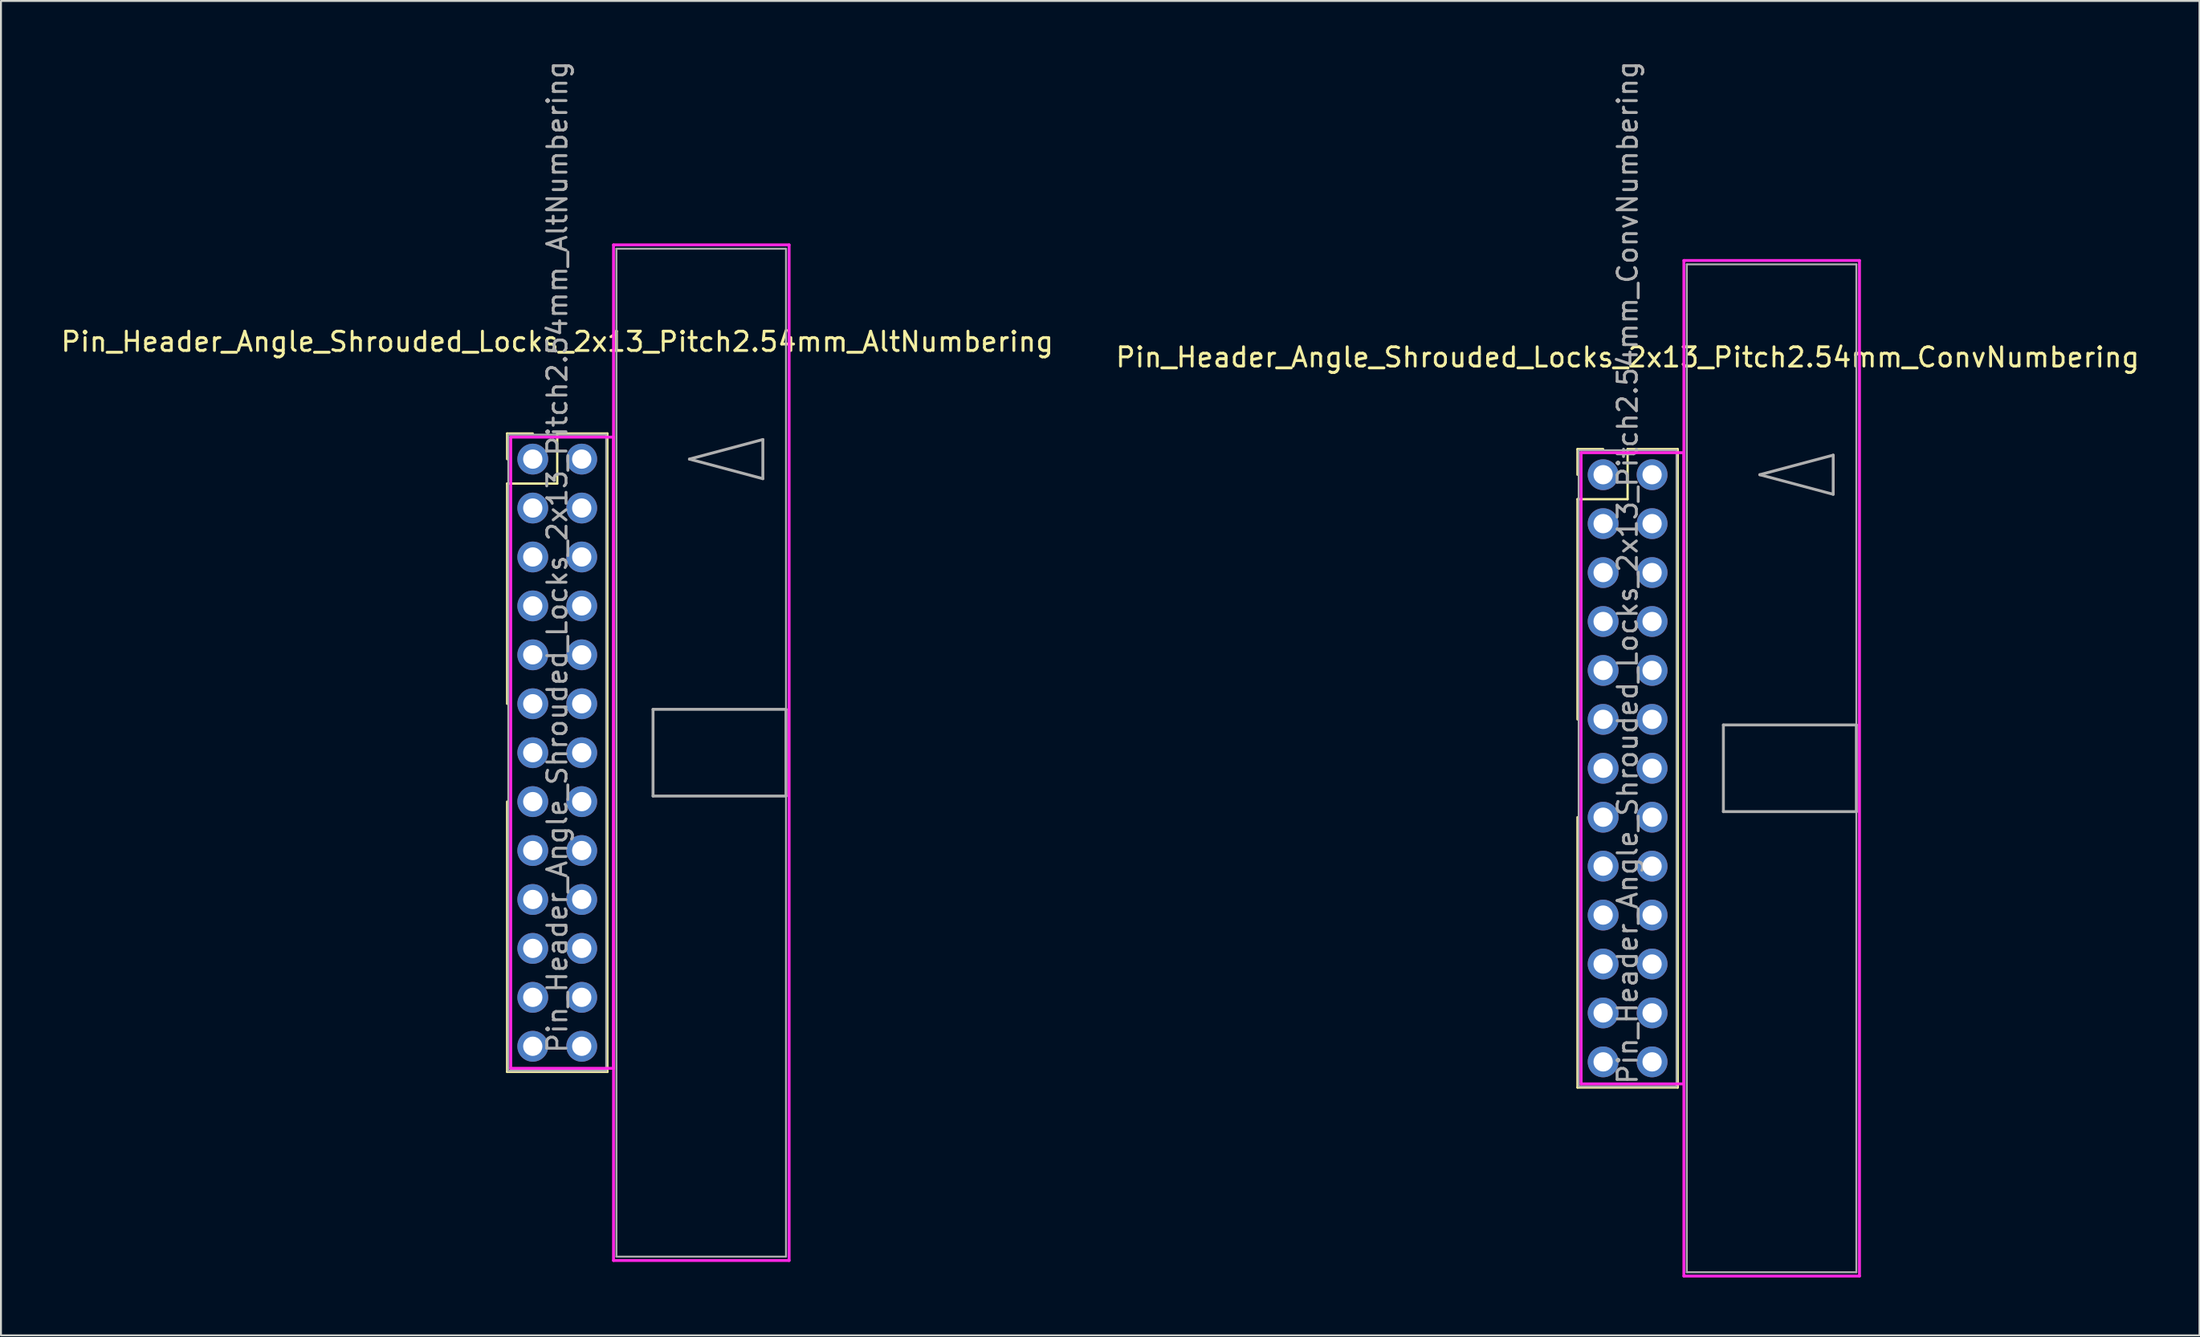
<source format=kicad_pcb>
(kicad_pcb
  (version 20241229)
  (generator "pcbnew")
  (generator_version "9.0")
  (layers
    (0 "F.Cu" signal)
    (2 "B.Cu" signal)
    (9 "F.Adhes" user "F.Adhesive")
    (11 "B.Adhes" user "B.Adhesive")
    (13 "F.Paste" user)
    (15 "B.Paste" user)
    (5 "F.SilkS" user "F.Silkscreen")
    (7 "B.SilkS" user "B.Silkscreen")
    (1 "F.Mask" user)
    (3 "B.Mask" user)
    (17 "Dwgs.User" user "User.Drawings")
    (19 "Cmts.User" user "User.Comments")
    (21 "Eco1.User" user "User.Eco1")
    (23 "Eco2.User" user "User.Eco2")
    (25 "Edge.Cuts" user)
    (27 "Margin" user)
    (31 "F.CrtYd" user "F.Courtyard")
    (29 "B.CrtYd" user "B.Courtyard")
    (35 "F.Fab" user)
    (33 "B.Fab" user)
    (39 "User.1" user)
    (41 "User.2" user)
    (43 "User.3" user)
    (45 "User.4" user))
  (footprint "Pin_Header_Angle_Shrouded_Locks_2x13_Pitch2.54mm_AltNumbering"
    (layer "F.Cu")
    (at 24.593 20.783)
    (property "Reference" "Pin_Header_Angle_Shrouded_Locks_2x13_Pitch2.54mm_AltNumbering" (at 1.27 -6.096 0) (layer "F.SilkS") (effects (font (size 1 1) (thickness 0.15))))
    (attr through_hole)
    (fp_line (start -1.33 -1.33) (end 0 -1.33) (stroke (width 0.12) (type solid)) (layer "F.SilkS"))
    (fp_line (start -1.33 0) (end -1.33 -1.33) (stroke (width 0.12) (type solid)) (layer "F.SilkS"))
    (fp_line (start -1.33 1.27) (end -1.33 12.7) (stroke (width 0.12) (type solid)) (layer "F.SilkS"))
    (fp_line (start -1.33 1.27) (end 1.27 1.27) (stroke (width 0.12) (type solid)) (layer "F.SilkS"))
    (fp_line (start -1.33 17.78) (end -1.33 31.81) (stroke (width 0.12) (type solid)) (layer "F.SilkS"))
    (fp_line (start -1.33 31.81) (end 3.87 31.81) (stroke (width 0.12) (type solid)) (layer "F.SilkS"))
    (fp_line (start 1.27 -1.33) (end 3.87 -1.33) (stroke (width 0.12) (type solid)) (layer "F.SilkS"))
    (fp_line (start 1.27 1.27) (end 1.27 -1.33) (stroke (width 0.12) (type solid)) (layer "F.SilkS"))
    (fp_line (start 3.87 -1.33) (end 3.87 31.81) (stroke (width 0.12) (type solid)) (layer "F.SilkS"))
    (fp_line (start -1.143 -1.143) (end -1.143 31.623) (stroke (width 0.15) (type solid)) (layer "F.CrtYd"))
    (fp_line (start -1.143 31.623) (end 4.19 31.623) (stroke (width 0.15) (type solid)) (layer "F.CrtYd"))
    (fp_line (start 4.19 -11.12) (end 4.19 41.6) (stroke (width 0.15) (type solid)) (layer "F.CrtYd"))
    (fp_line (start 4.19 -1.143) (end -1.143 -1.143) (stroke (width 0.15) (type solid)) (layer "F.CrtYd"))
    (fp_line (start 4.19 31.623) (end 4.19 -1.143) (stroke (width 0.15) (type solid)) (layer "F.CrtYd"))
    (fp_line (start 4.19 41.6) (end 13.3 41.6) (stroke (width 0.15) (type solid)) (layer "F.CrtYd"))
    (fp_line (start 13.3 -11.12) (end 4.19 -11.12) (stroke (width 0.15) (type solid)) (layer "F.CrtYd"))
    (fp_line (start 13.3 41.6) (end 13.3 -11.12) (stroke (width 0.15) (type solid)) (layer "F.CrtYd"))
    (fp_line (start -1.27 -1.27) (end -1.27 31.75) (stroke (width 0.1) (type solid)) (layer "F.Fab"))
    (fp_line (start -1.27 31.75) (end 3.81 31.75) (stroke (width 0.1) (type solid)) (layer "F.Fab"))
    (fp_line (start 3.81 -1.27) (end -1.27 -1.27) (stroke (width 0.1) (type solid)) (layer "F.Fab"))
    (fp_line (start 3.81 31.75) (end 3.81 -1.27) (stroke (width 0.1) (type solid)) (layer "F.Fab"))
    (fp_line (start 4.34 -10.92) (end 4.34 41.4) (stroke (width 0.1) (type solid)) (layer "F.Fab"))
    (fp_line (start 4.34 41.4) (end 13.14 41.4) (stroke (width 0.1) (type solid)) (layer "F.Fab"))
    (fp_line (start 6.24 12.99) (end 6.24 17.49) (stroke (width 0.15) (type solid)) (layer "F.Fab"))
    (fp_line (start 6.24 17.49) (end 13.14 17.49) (stroke (width 0.15) (type solid)) (layer "F.Fab"))
    (fp_line (start 8.128 0) (end 11.938 -1.016) (stroke (width 0.15) (type solid)) (layer "F.Fab"))
    (fp_line (start 11.938 -1.016) (end 11.938 1.016) (stroke (width 0.15) (type solid)) (layer "F.Fab"))
    (fp_line (start 11.938 1.016) (end 8.128 0) (stroke (width 0.15) (type solid)) (layer "F.Fab"))
    (fp_line (start 13.14 -10.92) (end 4.34 -10.92) (stroke (width 0.1) (type solid)) (layer "F.Fab"))
    (fp_line (start 13.14 12.99) (end 6.24 12.99) (stroke (width 0.15) (type solid)) (layer "F.Fab"))
    (fp_line (start 13.14 17.49) (end 13.14 12.99) (stroke (width 0.15) (type solid)) (layer "F.Fab"))
    (fp_line (start 13.14 41.4) (end 13.14 -10.92) (stroke (width 0.1) (type solid)) (layer "F.Fab"))
    (fp_text user "${REFERENCE}" (at 1.27 5.08 90) (layer "F.Fab") (effects (font (size 1 1) (thickness 0.15))))
    (pad "1" thru_hole oval (at 0 0) (size 1.6 1.6) (drill 1) (layers "*.Cu" "*.Mask"))
    (pad "2" thru_hole oval (at 0 2.54) (size 1.6 1.6) (drill 1) (layers "*.Cu" "*.Mask"))
    (pad "3" thru_hole oval (at 0 5.08) (size 1.6 1.6) (drill 1) (layers "*.Cu" "*.Mask"))
    (pad "4" thru_hole oval (at 0 7.62) (size 1.6 1.6) (drill 1) (layers "*.Cu" "*.Mask"))
    (pad "5" thru_hole oval (at 0 10.16) (size 1.6 1.6) (drill 1) (layers "*.Cu" "*.Mask"))
    (pad "6" thru_hole oval (at 0 12.7) (size 1.6 1.6) (drill 1) (layers "*.Cu" "*.Mask"))
    (pad "7" thru_hole oval (at 0 15.24) (size 1.6 1.6) (drill 1) (layers "*.Cu" "*.Mask"))
    (pad "8" thru_hole oval (at 0 17.78) (size 1.6 1.6) (drill 1) (layers "*.Cu" "*.Mask"))
    (pad "9" thru_hole oval (at 0 20.32) (size 1.6 1.6) (drill 1) (layers "*.Cu" "*.Mask"))
    (pad "10" thru_hole oval (at 0 22.86) (size 1.6 1.6) (drill 1) (layers "*.Cu" "*.Mask"))
    (pad "11" thru_hole oval (at 0 25.4) (size 1.6 1.6) (drill 1) (layers "*.Cu" "*.Mask"))
    (pad "12" thru_hole oval (at 0 27.94) (size 1.6 1.6) (drill 1) (layers "*.Cu" "*.Mask"))
    (pad "13" thru_hole oval (at 0 30.48) (size 1.6 1.6) (drill 1) (layers "*.Cu" "*.Mask"))
    (pad "14" thru_hole oval (at 2.54 0) (size 1.6 1.6) (drill 1) (layers "*.Cu" "*.Mask"))
    (pad "15" thru_hole oval (at 2.54 2.54) (size 1.6 1.6) (drill 1) (layers "*.Cu" "*.Mask"))
    (pad "16" thru_hole oval (at 2.54 5.08) (size 1.6 1.6) (drill 1) (layers "*.Cu" "*.Mask"))
    (pad "17" thru_hole oval (at 2.54 7.62) (size 1.6 1.6) (drill 1) (layers "*.Cu" "*.Mask"))
    (pad "18" thru_hole oval (at 2.54 10.16) (size 1.6 1.6) (drill 1) (layers "*.Cu" "*.Mask"))
    (pad "19" thru_hole oval (at 2.54 12.7) (size 1.6 1.6) (drill 1) (layers "*.Cu" "*.Mask"))
    (pad "20" thru_hole oval (at 2.54 15.24) (size 1.6 1.6) (drill 1) (layers "*.Cu" "*.Mask"))
    (pad "21" thru_hole oval (at 2.54 17.78) (size 1.6 1.6) (drill 1) (layers "*.Cu" "*.Mask"))
    (pad "22" thru_hole oval (at 2.54 20.32) (size 1.6 1.6) (drill 1) (layers "*.Cu" "*.Mask"))
    (pad "23" thru_hole oval (at 2.54 22.86) (size 1.6 1.6) (drill 1) (layers "*.Cu" "*.Mask"))
    (pad "24" thru_hole oval (at 2.54 25.4) (size 1.6 1.6) (drill 1) (layers "*.Cu" "*.Mask"))
    (pad "25" thru_hole oval (at 2.54 27.94) (size 1.6 1.6) (drill 1) (layers "*.Cu" "*.Mask"))
    (pad "26" thru_hole oval (at 2.54 30.48) (size 1.6 1.6) (drill 1) (layers "*.Cu" "*.Mask")))
  (footprint "Pin_Header_Angle_Shrouded_Locks_2x13_Pitch2.54mm_ConvNumbering"
    (layer "F.Cu")
    (at 80.129 21.593)
    (property "Reference" "Pin_Header_Angle_Shrouded_Locks_2x13_Pitch2.54mm_ConvNumbering" (at 1.27 -6.096 0) (layer "F.SilkS") (effects (font (size 1 1) (thickness 0.15))))
    (attr through_hole)
    (fp_line (start -1.33 -1.33) (end 0 -1.33) (stroke (width 0.12) (type solid)) (layer "F.SilkS"))
    (fp_line (start -1.33 0) (end -1.33 -1.33) (stroke (width 0.12) (type solid)) (layer "F.SilkS"))
    (fp_line (start -1.33 1.27) (end -1.33 12.7) (stroke (width 0.12) (type solid)) (layer "F.SilkS"))
    (fp_line (start -1.33 1.27) (end 1.27 1.27) (stroke (width 0.12) (type solid)) (layer "F.SilkS"))
    (fp_line (start -1.33 17.78) (end -1.33 31.81) (stroke (width 0.12) (type solid)) (layer "F.SilkS"))
    (fp_line (start -1.33 31.81) (end 3.87 31.81) (stroke (width 0.12) (type solid)) (layer "F.SilkS"))
    (fp_line (start 1.27 -1.33) (end 3.87 -1.33) (stroke (width 0.12) (type solid)) (layer "F.SilkS"))
    (fp_line (start 1.27 1.27) (end 1.27 -1.33) (stroke (width 0.12) (type solid)) (layer "F.SilkS"))
    (fp_line (start 3.87 -1.33) (end 3.87 31.81) (stroke (width 0.12) (type solid)) (layer "F.SilkS"))
    (fp_line (start -1.143 -1.143) (end -1.143 31.623) (stroke (width 0.15) (type solid)) (layer "F.CrtYd"))
    (fp_line (start -1.143 31.623) (end 4.19 31.623) (stroke (width 0.15) (type solid)) (layer "F.CrtYd"))
    (fp_line (start 4.19 -11.12) (end 4.19 41.6) (stroke (width 0.15) (type solid)) (layer "F.CrtYd"))
    (fp_line (start 4.19 -1.143) (end -1.143 -1.143) (stroke (width 0.15) (type solid)) (layer "F.CrtYd"))
    (fp_line (start 4.19 31.623) (end 4.19 -1.143) (stroke (width 0.15) (type solid)) (layer "F.CrtYd"))
    (fp_line (start 4.19 41.6) (end 13.3 41.6) (stroke (width 0.15) (type solid)) (layer "F.CrtYd"))
    (fp_line (start 13.3 -11.12) (end 4.19 -11.12) (stroke (width 0.15) (type solid)) (layer "F.CrtYd"))
    (fp_line (start 13.3 41.6) (end 13.3 -11.12) (stroke (width 0.15) (type solid)) (layer "F.CrtYd"))
    (fp_line (start -1.27 -1.27) (end -1.27 31.75) (stroke (width 0.1) (type solid)) (layer "F.Fab"))
    (fp_line (start -1.27 31.75) (end 3.81 31.75) (stroke (width 0.1) (type solid)) (layer "F.Fab"))
    (fp_line (start 3.81 -1.27) (end -1.27 -1.27) (stroke (width 0.1) (type solid)) (layer "F.Fab"))
    (fp_line (start 3.81 31.75) (end 3.81 -1.27) (stroke (width 0.1) (type solid)) (layer "F.Fab"))
    (fp_line (start 4.34 -10.92) (end 4.34 41.4) (stroke (width 0.1) (type solid)) (layer "F.Fab"))
    (fp_line (start 4.34 41.4) (end 13.14 41.4) (stroke (width 0.1) (type solid)) (layer "F.Fab"))
    (fp_line (start 6.24 12.99) (end 6.24 17.49) (stroke (width 0.15) (type solid)) (layer "F.Fab"))
    (fp_line (start 6.24 17.49) (end 13.14 17.49) (stroke (width 0.15) (type solid)) (layer "F.Fab"))
    (fp_line (start 8.128 0) (end 11.938 -1.016) (stroke (width 0.15) (type solid)) (layer "F.Fab"))
    (fp_line (start 11.938 -1.016) (end 11.938 1.016) (stroke (width 0.15) (type solid)) (layer "F.Fab"))
    (fp_line (start 11.938 1.016) (end 8.128 0) (stroke (width 0.15) (type solid)) (layer "F.Fab"))
    (fp_line (start 13.14 -10.92) (end 4.34 -10.92) (stroke (width 0.1) (type solid)) (layer "F.Fab"))
    (fp_line (start 13.14 12.99) (end 6.24 12.99) (stroke (width 0.15) (type solid)) (layer "F.Fab"))
    (fp_line (start 13.14 17.49) (end 13.14 12.99) (stroke (width 0.15) (type solid)) (layer "F.Fab"))
    (fp_line (start 13.14 41.4) (end 13.14 -10.92) (stroke (width 0.1) (type solid)) (layer "F.Fab"))
    (fp_text user "${REFERENCE}" (at 1.27 5.08 90) (layer "F.Fab") (effects (font (size 1 1) (thickness 0.15))))
    (pad "1" thru_hole oval (at 0 0) (size 1.6 1.6) (drill 1) (layers "*.Cu" "*.Mask"))
    (pad "2" thru_hole oval (at 2.54 0) (size 1.6 1.6) (drill 1) (layers "*.Cu" "*.Mask"))
    (pad "3" thru_hole oval (at 0 2.54) (size 1.6 1.6) (drill 1) (layers "*.Cu" "*.Mask"))
    (pad "4" thru_hole oval (at 2.54 2.54) (size 1.6 1.6) (drill 1) (layers "*.Cu" "*.Mask"))
    (pad "5" thru_hole oval (at 0 5.08) (size 1.6 1.6) (drill 1) (layers "*.Cu" "*.Mask"))
    (pad "6" thru_hole oval (at 2.54 5.08) (size 1.6 1.6) (drill 1) (layers "*.Cu" "*.Mask"))
    (pad "7" thru_hole oval (at 0 7.62) (size 1.6 1.6) (drill 1) (layers "*.Cu" "*.Mask"))
    (pad "8" thru_hole oval (at 2.54 7.62) (size 1.6 1.6) (drill 1) (layers "*.Cu" "*.Mask"))
    (pad "9" thru_hole oval (at 0 10.16) (size 1.6 1.6) (drill 1) (layers "*.Cu" "*.Mask"))
    (pad "10" thru_hole oval (at 2.54 10.16) (size 1.6 1.6) (drill 1) (layers "*.Cu" "*.Mask"))
    (pad "11" thru_hole oval (at 0 12.7) (size 1.6 1.6) (drill 1) (layers "*.Cu" "*.Mask"))
    (pad "12" thru_hole oval (at 2.54 12.7) (size 1.6 1.6) (drill 1) (layers "*.Cu" "*.Mask"))
    (pad "13" thru_hole oval (at 0 15.24) (size 1.6 1.6) (drill 1) (layers "*.Cu" "*.Mask"))
    (pad "14" thru_hole oval (at 2.54 15.24) (size 1.6 1.6) (drill 1) (layers "*.Cu" "*.Mask"))
    (pad "15" thru_hole oval (at 0 17.78) (size 1.6 1.6) (drill 1) (layers "*.Cu" "*.Mask"))
    (pad "16" thru_hole oval (at 2.54 17.78) (size 1.6 1.6) (drill 1) (layers "*.Cu" "*.Mask"))
    (pad "17" thru_hole oval (at 0 20.32) (size 1.6 1.6) (drill 1) (layers "*.Cu" "*.Mask"))
    (pad "18" thru_hole oval (at 2.54 20.32) (size 1.6 1.6) (drill 1) (layers "*.Cu" "*.Mask"))
    (pad "19" thru_hole oval (at 0 22.86) (size 1.6 1.6) (drill 1) (layers "*.Cu" "*.Mask"))
    (pad "20" thru_hole oval (at 2.54 22.86) (size 1.6 1.6) (drill 1) (layers "*.Cu" "*.Mask"))
    (pad "21" thru_hole oval (at 0 25.4) (size 1.6 1.6) (drill 1) (layers "*.Cu" "*.Mask"))
    (pad "22" thru_hole oval (at 2.54 25.4) (size 1.6 1.6) (drill 1) (layers "*.Cu" "*.Mask"))
    (pad "23" thru_hole oval (at 0 27.94) (size 1.6 1.6) (drill 1) (layers "*.Cu" "*.Mask"))
    (pad "24" thru_hole oval (at 2.54 27.94) (size 1.6 1.6) (drill 1) (layers "*.Cu" "*.Mask"))
    (pad "25" thru_hole oval (at 0 30.48) (size 1.6 1.6) (drill 1) (layers "*.Cu" "*.Mask"))
    (pad "26" thru_hole oval (at 2.54 30.48) (size 1.6 1.6) (drill 1) (layers "*.Cu" "*.Mask")))
  (gr_rect
    (start -3 -3)
    (end 111.071 66.268)
    (stroke (width 0.1) (type default))
    (fill no)
    (layer "Edge.Cuts")))
</source>
